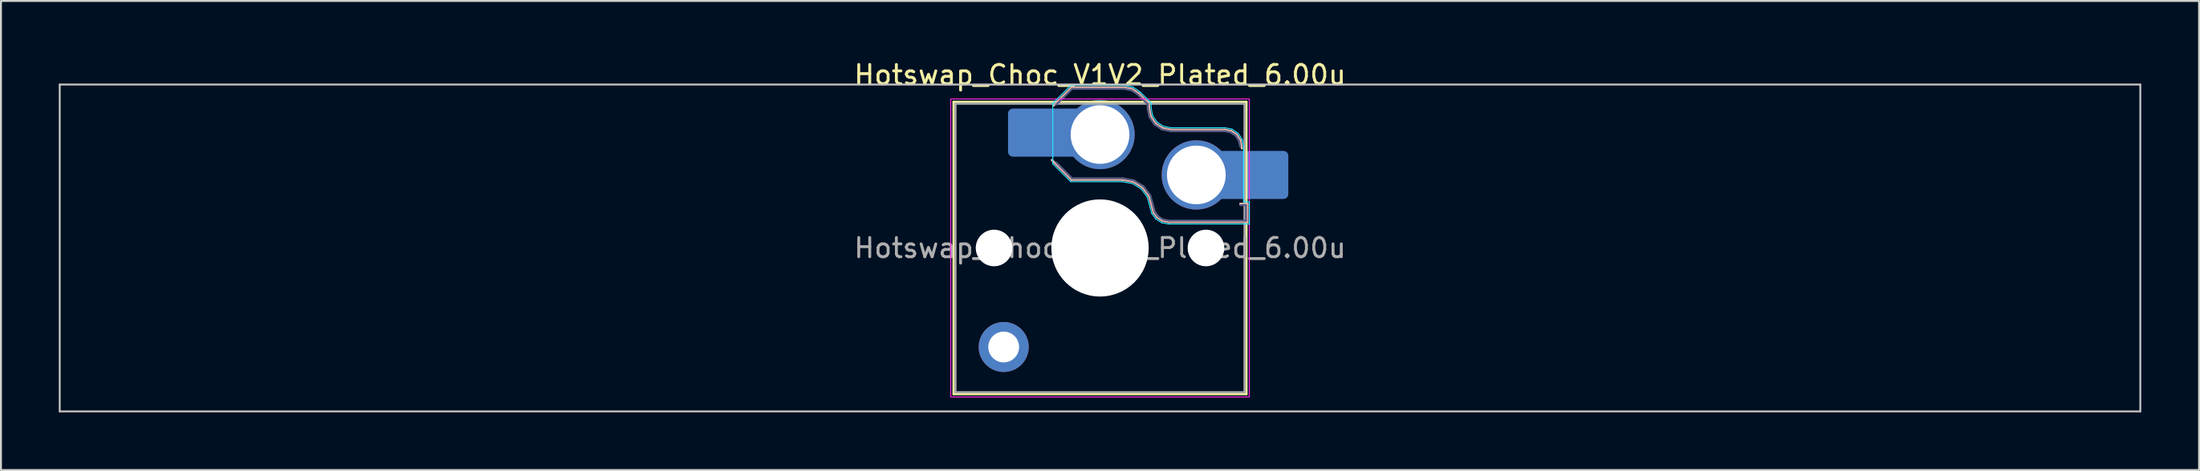
<source format=kicad_pcb>
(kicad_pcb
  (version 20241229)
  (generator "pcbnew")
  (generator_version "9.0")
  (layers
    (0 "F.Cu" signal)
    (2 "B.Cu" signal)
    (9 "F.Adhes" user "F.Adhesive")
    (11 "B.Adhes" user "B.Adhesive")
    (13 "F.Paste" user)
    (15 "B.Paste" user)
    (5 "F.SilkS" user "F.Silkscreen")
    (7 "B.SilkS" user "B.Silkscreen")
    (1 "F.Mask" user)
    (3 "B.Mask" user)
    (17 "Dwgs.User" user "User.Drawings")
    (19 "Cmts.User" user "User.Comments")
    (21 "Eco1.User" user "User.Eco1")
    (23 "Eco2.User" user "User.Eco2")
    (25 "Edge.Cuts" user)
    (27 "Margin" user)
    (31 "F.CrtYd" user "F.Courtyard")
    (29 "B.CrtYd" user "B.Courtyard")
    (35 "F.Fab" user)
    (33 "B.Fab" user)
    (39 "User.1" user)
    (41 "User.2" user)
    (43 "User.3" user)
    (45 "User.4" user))
  (footprint "Hotswap_Choc_V1V2_Plated_6.00u"
    (layer "F.Cu")
    (at 54.05 9.848)
    (property "Reference" "Hotswap_Choc_V1V2_Plated_6.00u" (at 0 -9 0) (layer "F.SilkS") (effects (font (size 1 1) (thickness 0.15))))
    (attr smd)
    (fp_line (start -7.6 -7.6) (end -7.6 7.6) (stroke (width 0.12) (type solid)) (layer "F.SilkS"))
    (fp_line (start -7.6 7.6) (end 7.6 7.6) (stroke (width 0.12) (type solid)) (layer "F.SilkS"))
    (fp_line (start 7.6 -7.6) (end -7.6 -7.6) (stroke (width 0.12) (type solid)) (layer "F.SilkS"))
    (fp_line (start 7.6 7.6) (end 7.6 -7.6) (stroke (width 0.12) (type solid)) (layer "F.SilkS"))
    (fp_line (start -2.416 -7.409) (end -1.479 -8.346) (stroke (width 0.12) (type solid)) (layer "B.SilkS"))
    (fp_line (start -1.479 -8.346) (end 1.268 -8.346) (stroke (width 0.12) (type solid)) (layer "B.SilkS"))
    (fp_line (start -1.479 -3.554) (end -2.5 -4.575) (stroke (width 0.12) (type solid)) (layer "B.SilkS"))
    (fp_line (start 1.168 -3.554) (end -1.479 -3.554) (stroke (width 0.12) (type solid)) (layer "B.SilkS"))
    (fp_line (start 1.268 -8.346) (end 1.671 -8.266) (stroke (width 0.12) (type solid)) (layer "B.SilkS"))
    (fp_line (start 1.671 -8.266) (end 2.013 -8.037) (stroke (width 0.12) (type solid)) (layer "B.SilkS"))
    (fp_line (start 1.73 -3.449) (end 1.168 -3.554) (stroke (width 0.12) (type solid)) (layer "B.SilkS"))
    (fp_line (start 2.013 -8.037) (end 2.546 -7.504) (stroke (width 0.12) (type solid)) (layer "B.SilkS"))
    (fp_line (start 2.209 -3.15) (end 1.73 -3.449) (stroke (width 0.12) (type solid)) (layer "B.SilkS"))
    (fp_line (start 2.546 -7.504) (end 2.546 -7.282) (stroke (width 0.12) (type solid)) (layer "B.SilkS"))
    (fp_line (start 2.546 -7.282) (end 2.633 -6.844) (stroke (width 0.12) (type solid)) (layer "B.SilkS"))
    (fp_line (start 2.547 -2.697) (end 2.209 -3.15) (stroke (width 0.12) (type solid)) (layer "B.SilkS"))
    (fp_line (start 2.633 -6.844) (end 2.877 -6.477) (stroke (width 0.12) (type solid)) (layer "B.SilkS"))
    (fp_line (start 2.701 -2.139) (end 2.547 -2.697) (stroke (width 0.12) (type solid)) (layer "B.SilkS"))
    (fp_line (start 2.783 -1.841) (end 2.701 -2.139) (stroke (width 0.12) (type solid)) (layer "B.SilkS"))
    (fp_line (start 2.877 -6.477) (end 3.244 -6.233) (stroke (width 0.12) (type solid)) (layer "B.SilkS"))
    (fp_line (start 2.976 -1.583) (end 2.783 -1.841) (stroke (width 0.12) (type solid)) (layer "B.SilkS"))
    (fp_line (start 3.244 -6.233) (end 3.682 -6.146) (stroke (width 0.12) (type solid)) (layer "B.SilkS"))
    (fp_line (start 3.25 -1.413) (end 2.976 -1.583) (stroke (width 0.12) (type solid)) (layer "B.SilkS"))
    (fp_line (start 3.56 -1.354) (end 3.25 -1.413) (stroke (width 0.12) (type solid)) (layer "B.SilkS"))
    (fp_line (start 3.682 -6.146) (end 6.482 -6.146) (stroke (width 0.12) (type solid)) (layer "B.SilkS"))
    (fp_line (start 6.482 -6.146) (end 6.809 -6.081) (stroke (width 0.12) (type solid)) (layer "B.SilkS"))
    (fp_line (start 6.809 -6.081) (end 7.092 -5.892) (stroke (width 0.12) (type solid)) (layer "B.SilkS"))
    (fp_line (start 7.092 -5.892) (end 7.281 -5.609) (stroke (width 0.12) (type solid)) (layer "B.SilkS"))
    (fp_line (start 7.281 -5.609) (end 7.366 -5.182) (stroke (width 0.12) (type solid)) (layer "B.SilkS"))
    (fp_line (start 7.283 -2.296) (end 7.646 -2.296) (stroke (width 0.12) (type solid)) (layer "B.SilkS"))
    (fp_line (start 7.646 -2.296) (end 7.646 -1.354) (stroke (width 0.12) (type solid)) (layer "B.SilkS"))
    (fp_line (start 7.646 -1.354) (end 3.56 -1.354) (stroke (width 0.12) (type solid)) (layer "B.SilkS"))
    (fp_line (start -54 -8.5) (end -54 8.5) (stroke (width 0.1) (type solid)) (layer "Dwgs.User"))
    (fp_line (start -54 8.5) (end 54 8.5) (stroke (width 0.1) (type solid)) (layer "Dwgs.User"))
    (fp_line (start 54 -8.5) (end -54 -8.5) (stroke (width 0.1) (type solid)) (layer "Dwgs.User"))
    (fp_line (start 54 8.5) (end 54 -8.5) (stroke (width 0.1) (type solid)) (layer "Dwgs.User"))
    (fp_line (start -7.25 -7.25) (end -7.25 7.25) (stroke (width 0.1) (type solid)) (layer "Eco1.User"))
    (fp_line (start -7.25 7.25) (end 7.25 7.25) (stroke (width 0.1) (type solid)) (layer "Eco1.User"))
    (fp_line (start 7.25 -7.25) (end -7.25 -7.25) (stroke (width 0.1) (type solid)) (layer "Eco1.User"))
    (fp_line (start 7.25 7.25) (end 7.25 -7.25) (stroke (width 0.1) (type solid)) (layer "Eco1.User"))
    (fp_line (start -2.452 -7.523) (end -1.523 -8.452) (stroke (width 0.05) (type solid)) (layer "B.CrtYd"))
    (fp_line (start -2.452 -4.377) (end -2.452 -7.523) (stroke (width 0.05) (type solid)) (layer "B.CrtYd"))
    (fp_line (start -1.523 -8.452) (end 1.278 -8.452) (stroke (width 0.05) (type solid)) (layer "B.CrtYd"))
    (fp_line (start -1.523 -3.448) (end -2.452 -4.377) (stroke (width 0.05) (type solid)) (layer "B.CrtYd"))
    (fp_line (start 1.159 -3.448) (end -1.523 -3.448) (stroke (width 0.05) (type solid)) (layer "B.CrtYd"))
    (fp_line (start 1.278 -8.452) (end 1.712 -8.366) (stroke (width 0.05) (type solid)) (layer "B.CrtYd"))
    (fp_line (start 1.691 -3.348) (end 1.159 -3.448) (stroke (width 0.05) (type solid)) (layer "B.CrtYd"))
    (fp_line (start 1.712 -8.366) (end 2.081 -8.119) (stroke (width 0.05) (type solid)) (layer "B.CrtYd"))
    (fp_line (start 2.081 -8.119) (end 2.652 -7.548) (stroke (width 0.05) (type solid)) (layer "B.CrtYd"))
    (fp_line (start 2.136 -3.071) (end 1.691 -3.348) (stroke (width 0.05) (type solid)) (layer "B.CrtYd"))
    (fp_line (start 2.45 -2.65) (end 2.136 -3.071) (stroke (width 0.05) (type solid)) (layer "B.CrtYd"))
    (fp_line (start 2.599 -2.111) (end 2.45 -2.65) (stroke (width 0.05) (type solid)) (layer "B.CrtYd"))
    (fp_line (start 2.652 -7.548) (end 2.652 -7.292) (stroke (width 0.05) (type solid)) (layer "B.CrtYd"))
    (fp_line (start 2.652 -7.292) (end 2.733 -6.885) (stroke (width 0.05) (type solid)) (layer "B.CrtYd"))
    (fp_line (start 2.687 -1.794) (end 2.599 -2.111) (stroke (width 0.05) (type solid)) (layer "B.CrtYd"))
    (fp_line (start 2.733 -6.885) (end 2.953 -6.553) (stroke (width 0.05) (type solid)) (layer "B.CrtYd"))
    (fp_line (start 2.903 -1.503) (end 2.687 -1.794) (stroke (width 0.05) (type solid)) (layer "B.CrtYd"))
    (fp_line (start 2.953 -6.553) (end 3.285 -6.333) (stroke (width 0.05) (type solid)) (layer "B.CrtYd"))
    (fp_line (start 3.211 -1.312) (end 2.903 -1.503) (stroke (width 0.05) (type solid)) (layer "B.CrtYd"))
    (fp_line (start 3.285 -6.333) (end 3.692 -6.252) (stroke (width 0.05) (type solid)) (layer "B.CrtYd"))
    (fp_line (start 3.55 -1.248) (end 3.211 -1.312) (stroke (width 0.05) (type solid)) (layer "B.CrtYd"))
    (fp_line (start 3.692 -6.252) (end 6.492 -6.252) (stroke (width 0.05) (type solid)) (layer "B.CrtYd"))
    (fp_line (start 6.492 -6.252) (end 6.85 -6.181) (stroke (width 0.05) (type solid)) (layer "B.CrtYd"))
    (fp_line (start 6.85 -6.181) (end 7.168 -5.968) (stroke (width 0.05) (type solid)) (layer "B.CrtYd"))
    (fp_line (start 7.168 -5.968) (end 7.381 -5.65) (stroke (width 0.05) (type solid)) (layer "B.CrtYd"))
    (fp_line (start 7.381 -5.65) (end 7.452 -5.292) (stroke (width 0.05) (type solid)) (layer "B.CrtYd"))
    (fp_line (start 7.452 -5.292) (end 7.452 -2.402) (stroke (width 0.05) (type solid)) (layer "B.CrtYd"))
    (fp_line (start 7.452 -2.402) (end 7.752 -2.402) (stroke (width 0.05) (type solid)) (layer "B.CrtYd"))
    (fp_line (start 7.752 -2.402) (end 7.752 -1.248) (stroke (width 0.05) (type solid)) (layer "B.CrtYd"))
    (fp_line (start 7.752 -1.248) (end 3.55 -1.248) (stroke (width 0.05) (type solid)) (layer "B.CrtYd"))
    (fp_line (start -7.75 -7.75) (end -7.75 7.75) (stroke (width 0.05) (type solid)) (layer "F.CrtYd"))
    (fp_line (start -7.75 7.75) (end 7.75 7.75) (stroke (width 0.05) (type solid)) (layer "F.CrtYd"))
    (fp_line (start 7.75 -7.75) (end -7.75 -7.75) (stroke (width 0.05) (type solid)) (layer "F.CrtYd"))
    (fp_line (start 7.75 7.75) (end 7.75 -7.75) (stroke (width 0.05) (type solid)) (layer "F.CrtYd"))
    (fp_line (start -2.275 -7.45) (end -1.45 -8.275) (stroke (width 0.1) (type solid)) (layer "B.Fab"))
    (fp_line (start -1.45 -8.275) (end 1.261 -8.275) (stroke (width 0.1) (type solid)) (layer "B.Fab"))
    (fp_line (start -1.45 -3.625) (end -2.275 -4.45) (stroke (width 0.1) (type solid)) (layer "B.Fab"))
    (fp_line (start 1.175 -3.625) (end -1.45 -3.625) (stroke (width 0.1) (type solid)) (layer "B.Fab"))
    (fp_line (start 1.261 -8.275) (end 1.643 -8.199) (stroke (width 0.1) (type solid)) (layer "B.Fab"))
    (fp_line (start 1.643 -8.199) (end 1.968 -7.982) (stroke (width 0.1) (type solid)) (layer "B.Fab"))
    (fp_line (start 1.756 -3.516) (end 1.175 -3.625) (stroke (width 0.1) (type solid)) (layer "B.Fab"))
    (fp_line (start 1.968 -7.982) (end 2.475 -7.475) (stroke (width 0.1) (type solid)) (layer "B.Fab"))
    (fp_line (start 2.258 -3.203) (end 1.756 -3.516) (stroke (width 0.1) (type solid)) (layer "B.Fab"))
    (fp_line (start 2.475 -7.475) (end 2.475 -7.275) (stroke (width 0.1) (type solid)) (layer "B.Fab"))
    (fp_line (start 2.475 -7.275) (end 2.566 -6.816) (stroke (width 0.1) (type solid)) (layer "B.Fab"))
    (fp_line (start 2.566 -6.816) (end 2.826 -6.426) (stroke (width 0.1) (type solid)) (layer "B.Fab"))
    (fp_line (start 2.612 -2.729) (end 2.258 -3.203) (stroke (width 0.1) (type solid)) (layer "B.Fab"))
    (fp_line (start 2.769 -2.158) (end 2.612 -2.729) (stroke (width 0.1) (type solid)) (layer "B.Fab"))
    (fp_line (start 2.826 -6.426) (end 3.216 -6.166) (stroke (width 0.1) (type solid)) (layer "B.Fab"))
    (fp_line (start 2.848 -1.873) (end 2.769 -2.158) (stroke (width 0.1) (type solid)) (layer "B.Fab"))
    (fp_line (start 3.025 -1.636) (end 2.848 -1.873) (stroke (width 0.1) (type solid)) (layer "B.Fab"))
    (fp_line (start 3.216 -6.166) (end 3.675 -6.075) (stroke (width 0.1) (type solid)) (layer "B.Fab"))
    (fp_line (start 3.276 -1.48) (end 3.025 -1.636) (stroke (width 0.1) (type solid)) (layer "B.Fab"))
    (fp_line (start 3.567 -1.425) (end 3.276 -1.48) (stroke (width 0.1) (type solid)) (layer "B.Fab"))
    (fp_line (start 3.675 -6.075) (end 6.475 -6.075) (stroke (width 0.1) (type solid)) (layer "B.Fab"))
    (fp_line (start 6.475 -6.075) (end 6.781 -6.014) (stroke (width 0.1) (type solid)) (layer "B.Fab"))
    (fp_line (start 6.781 -6.014) (end 7.041 -5.841) (stroke (width 0.1) (type solid)) (layer "B.Fab"))
    (fp_line (start 7.041 -5.841) (end 7.214 -5.581) (stroke (width 0.1) (type solid)) (layer "B.Fab"))
    (fp_line (start 7.214 -5.581) (end 7.275 -5.275) (stroke (width 0.1) (type solid)) (layer "B.Fab"))
    (fp_line (start 7.275 -2.225) (end 7.575 -2.225) (stroke (width 0.1) (type solid)) (layer "B.Fab"))
    (fp_line (start 7.575 -2.225) (end 7.575 -1.425) (stroke (width 0.1) (type solid)) (layer "B.Fab"))
    (fp_line (start 7.575 -1.425) (end 3.567 -1.425) (stroke (width 0.1) (type solid)) (layer "B.Fab"))
    (fp_line (start -7.5 -7.5) (end -7.5 7.5) (stroke (width 0.1) (type solid)) (layer "F.Fab"))
    (fp_line (start -7.5 7.5) (end 7.5 7.5) (stroke (width 0.1) (type solid)) (layer "F.Fab"))
    (fp_line (start 7.5 -7.5) (end -7.5 -7.5) (stroke (width 0.1) (type solid)) (layer "F.Fab"))
    (fp_line (start 7.5 7.5) (end 7.5 -7.5) (stroke (width 0.1) (type solid)) (layer "F.Fab"))
    (fp_text user "${REFERENCE}" (at 0 0 0) (layer "F.Fab") (effects (font (size 1 1) (thickness 0.15))))
    (pad "" np_thru_hole circle (at -5.5 0) (size 1.9 1.9) (drill 1.9) (layers "*.Cu" "*.Mask"))
    (pad "" thru_hole circle (at -5 5.15) (size 2.6 2.6) (drill 1.6) (layers "*.Cu" "*.Mask"))
    (pad "" smd roundrect (at -3.5 -6) (size 2.55 2.5) (layers "B.Mask" "B.Paste") (roundrect_rratio 0.1))
    (pad "" np_thru_hole circle (at 0 0) (size 5.05 5.05) (drill 5.05) (layers "*.Cu" "*.Mask"))
    (pad "" np_thru_hole circle (at 5.5 0) (size 1.9 1.9) (drill 1.9) (layers "*.Cu" "*.Mask"))
    (pad "" smd roundrect (at 8.5 -3.8) (size 2.55 2.5) (layers "B.Mask" "B.Paste") (roundrect_rratio 0.1))
    (pad "1" smd roundrect (at -2.85 -6) (size 3.85 2.5) (layers "B.Cu") (roundrect_rratio 0.1))
    (pad "1" thru_hole circle (at 0 -5.9) (size 3.6 3.6) (drill 3.05) (layers "*.Cu" "*.Mask"))
    (pad "2" thru_hole circle (at 5 -3.8) (size 3.6 3.6) (drill 3.05) (layers "*.Cu" "*.Mask"))
    (pad "2" smd roundrect (at 7.85 -3.8) (size 3.85 2.5) (layers "B.Cu") (roundrect_rratio 0.1)))
  (gr_rect
    (start -3 -3)
    (end 111.1 21.398)
    (stroke (width 0.1) (type default))
    (fill no)
    (layer "Edge.Cuts")))
</source>
